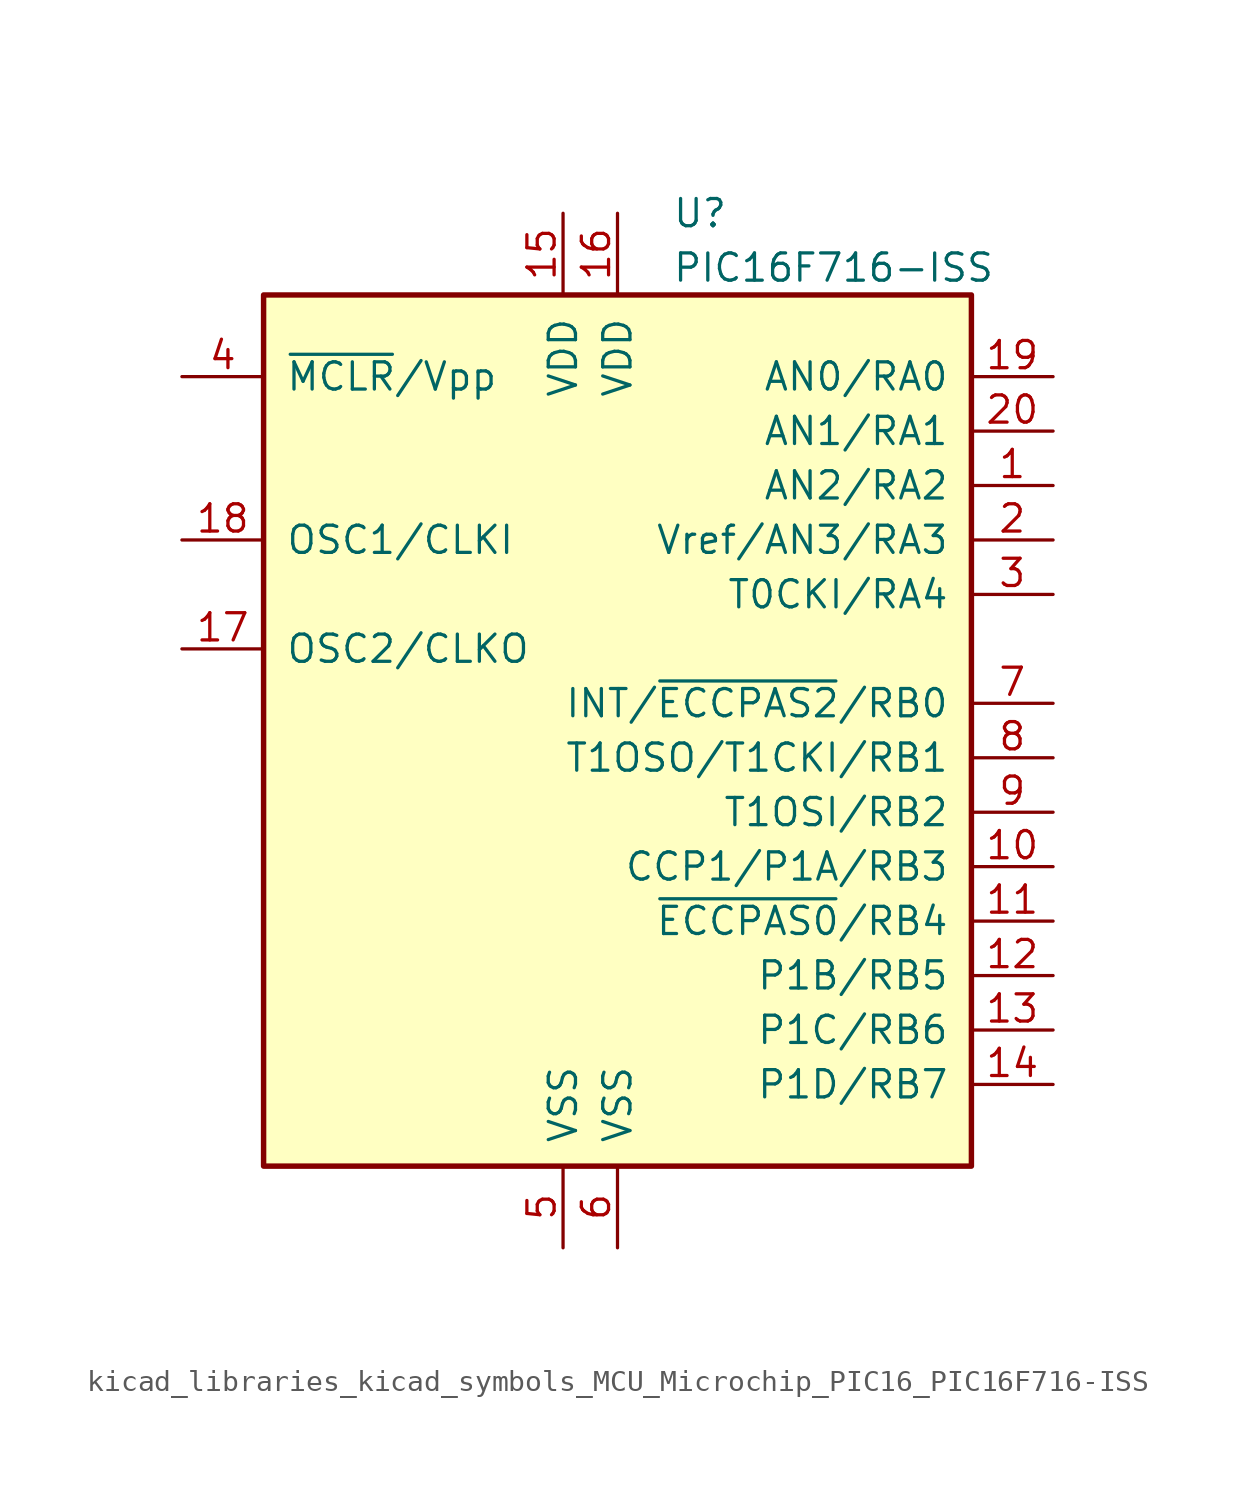
<source format=kicad_sym>
(kicad_symbol_lib
  (version 20220914)
  (generator kicad_symbol_editor)
  (symbol "kicad_libraries_kicad_symbols_MCU_Microchip_PIC16_PIC16F716-ISS"
    (pin_names
      (offset 1.016))
    (property "Reference" "U"
      (at 2.54 22.86 0)
      (effects (font (size 1.27 1.27)) (justify left)))
    (property "Value" "PIC16F716-ISS"
      (at 2.54 20.32 0)
      (effects (font (size 1.27 1.27)) (justify left)))
    (symbol "kicad_libraries_kicad_symbols_MCU_Microchip_PIC16_PIC16F716-ISS_0_1"
      (rectangle (start -16.51 19.05) (end 16.51 -21.59) (stroke (width 0.254) (type default)) (fill (type background))))
    (symbol "kicad_libraries_kicad_symbols_MCU_Microchip_PIC16_PIC16F716-ISS_1_1"
      (pin bidirectional line (at 20.32 10.16 180) (length 3.81) (name "AN2/RA2" (effects (font (size 1.27 1.27)))) (number "1" (effects (font (size 1.27 1.27)))))
      (pin bidirectional line (at 20.32 -7.62 180) (length 3.81) (name "CCP1/P1A/RB3" (effects (font (size 1.27 1.27)))) (number "10" (effects (font (size 1.27 1.27)))))
      (pin bidirectional line (at 20.32 -10.16 180) (length 3.81) (name "~{ECCPAS0}/RB4" (effects (font (size 1.27 1.27)))) (number "11" (effects (font (size 1.27 1.27)))))
      (pin bidirectional line (at 20.32 -12.7 180) (length 3.81) (name "P1B/RB5" (effects (font (size 1.27 1.27)))) (number "12" (effects (font (size 1.27 1.27)))))
      (pin bidirectional line (at 20.32 -15.24 180) (length 3.81) (name "P1C/RB6" (effects (font (size 1.27 1.27)))) (number "13" (effects (font (size 1.27 1.27)))))
      (pin bidirectional line (at 20.32 -17.78 180) (length 3.81) (name "P1D/RB7" (effects (font (size 1.27 1.27)))) (number "14" (effects (font (size 1.27 1.27)))))
      (pin power_in line (at -2.54 22.86 270) (length 3.81) (name "VDD" (effects (font (size 1.27 1.27)))) (number "15" (effects (font (size 1.27 1.27)))))
      (pin power_in line (at 0 22.86 270) (length 3.81) (name "VDD" (effects (font (size 1.27 1.27)))) (number "16" (effects (font (size 1.27 1.27)))))
      (pin output line (at -20.32 2.54 0) (length 3.81) (name "OSC2/CLKO" (effects (font (size 1.27 1.27)))) (number "17" (effects (font (size 1.27 1.27)))))
      (pin input line (at -20.32 7.62 0) (length 3.81) (name "OSC1/CLKI" (effects (font (size 1.27 1.27)))) (number "18" (effects (font (size 1.27 1.27)))))
      (pin bidirectional line (at 20.32 15.24 180) (length 3.81) (name "AN0/RA0" (effects (font (size 1.27 1.27)))) (number "19" (effects (font (size 1.27 1.27)))))
      (pin bidirectional line (at 20.32 7.62 180) (length 3.81) (name "Vref/AN3/RA3" (effects (font (size 1.27 1.27)))) (number "2" (effects (font (size 1.27 1.27)))))
      (pin bidirectional line (at 20.32 12.7 180) (length 3.81) (name "AN1/RA1" (effects (font (size 1.27 1.27)))) (number "20" (effects (font (size 1.27 1.27)))))
      (pin output line (at 20.32 5.08 180) (length 3.81) (name "T0CKI/RA4" (effects (font (size 1.27 1.27)))) (number "3" (effects (font (size 1.27 1.27)))))
      (pin input line (at -20.32 15.24 0) (length 3.81) (name "~{MCLR}/Vpp" (effects (font (size 1.27 1.27)))) (number "4" (effects (font (size 1.27 1.27)))))
      (pin power_in line (at -2.54 -25.4 90) (length 3.81) (name "VSS" (effects (font (size 1.27 1.27)))) (number "5" (effects (font (size 1.27 1.27)))))
      (pin power_in line (at 0 -25.4 90) (length 3.81) (name "VSS" (effects (font (size 1.27 1.27)))) (number "6" (effects (font (size 1.27 1.27)))))
      (pin bidirectional line (at 20.32 0 180) (length 3.81) (name "INT/~{ECCPAS2}/RB0" (effects (font (size 1.27 1.27)))) (number "7" (effects (font (size 1.27 1.27)))))
      (pin bidirectional line (at 20.32 -2.54 180) (length 3.81) (name "T1OSO/T1CKI/RB1" (effects (font (size 1.27 1.27)))) (number "8" (effects (font (size 1.27 1.27)))))
      (pin bidirectional line (at 20.32 -5.08 180) (length 3.81) (name "T1OSI/RB2" (effects (font (size 1.27 1.27)))) (number "9" (effects (font (size 1.27 1.27))))))))
</source>
